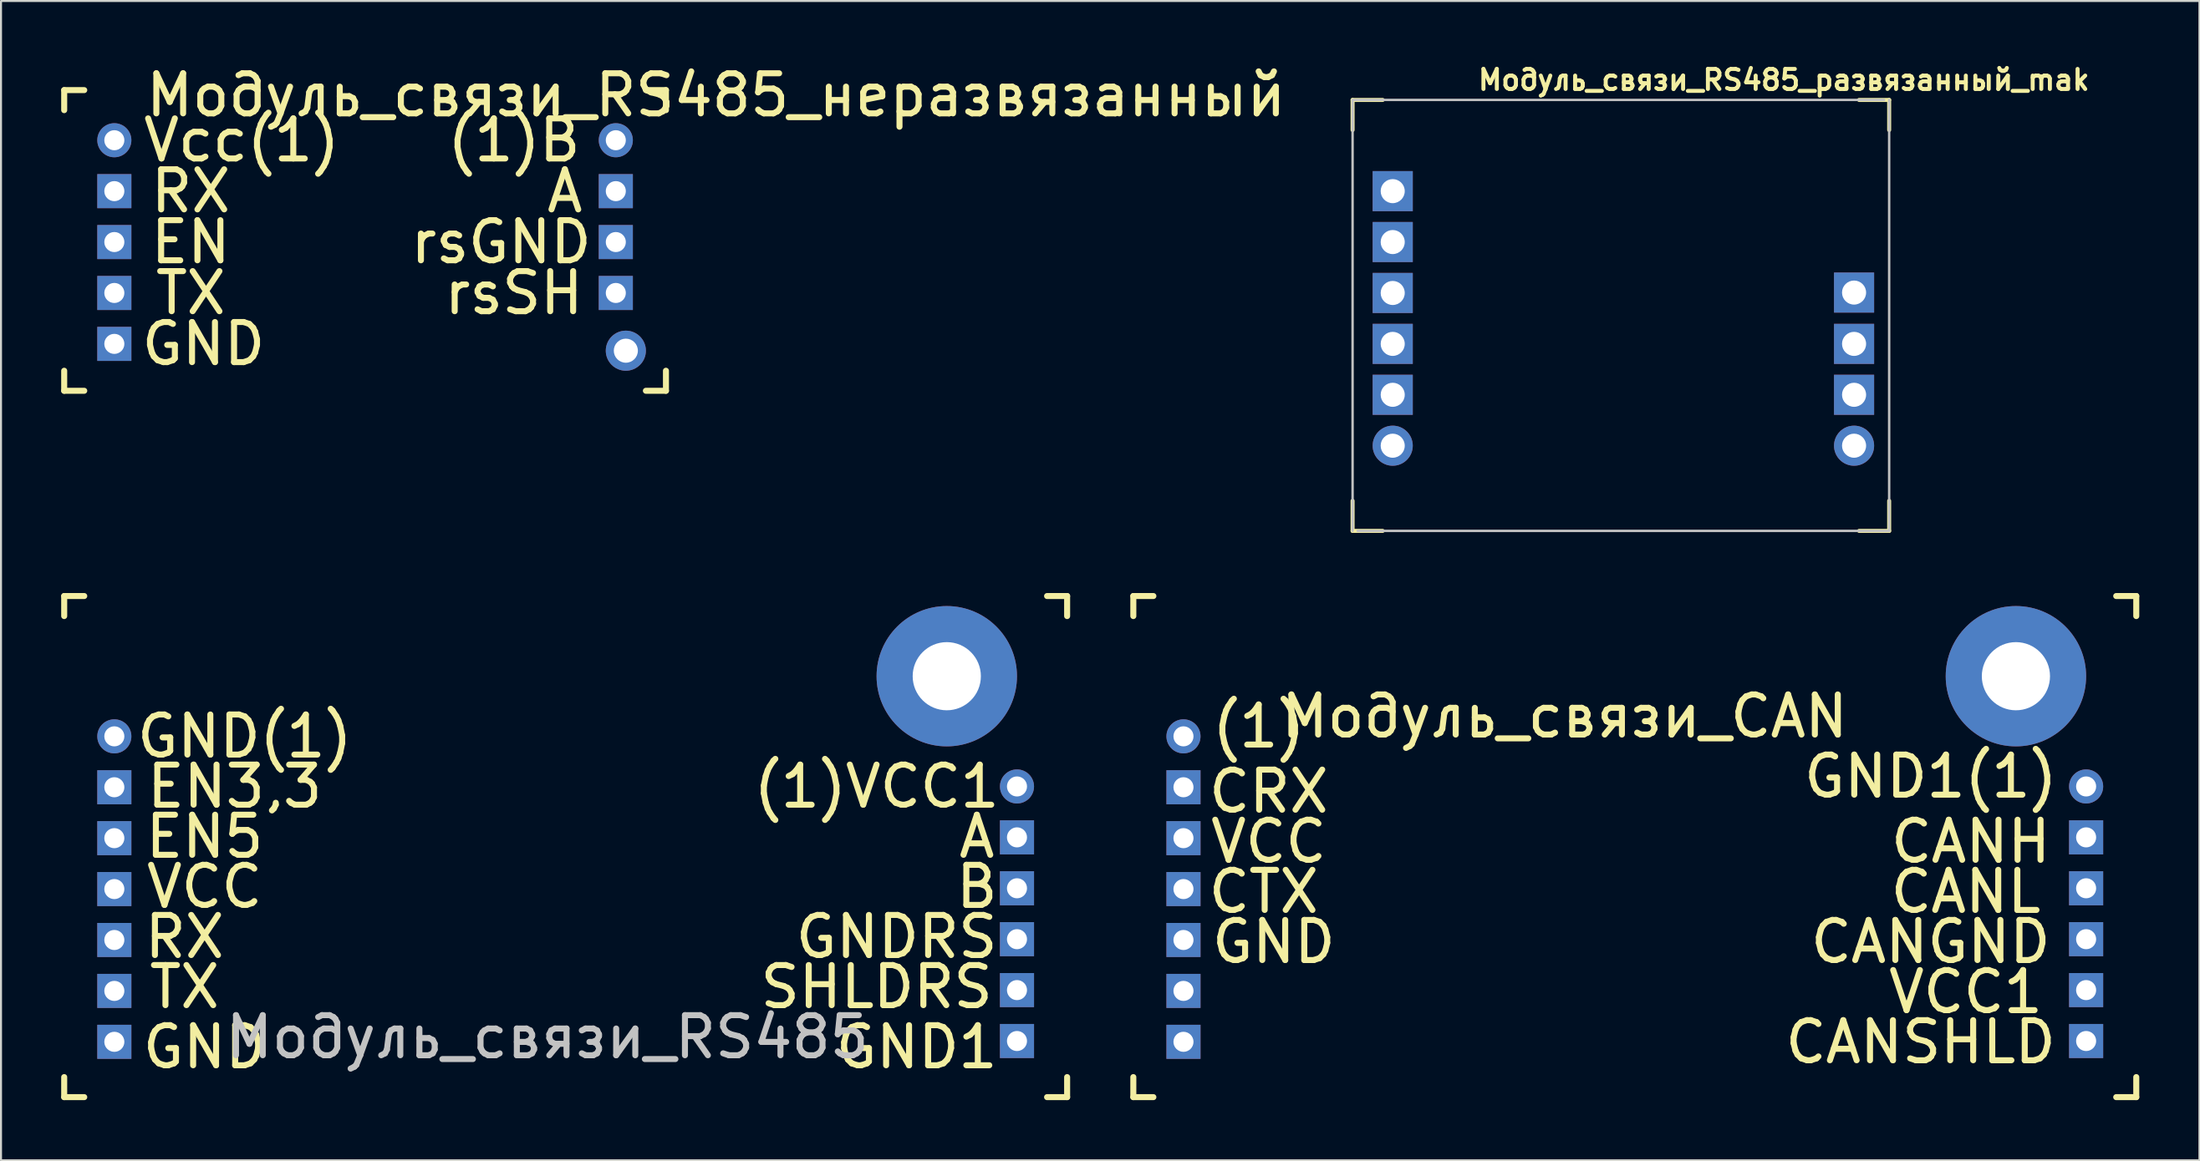
<source format=kicad_pcb>
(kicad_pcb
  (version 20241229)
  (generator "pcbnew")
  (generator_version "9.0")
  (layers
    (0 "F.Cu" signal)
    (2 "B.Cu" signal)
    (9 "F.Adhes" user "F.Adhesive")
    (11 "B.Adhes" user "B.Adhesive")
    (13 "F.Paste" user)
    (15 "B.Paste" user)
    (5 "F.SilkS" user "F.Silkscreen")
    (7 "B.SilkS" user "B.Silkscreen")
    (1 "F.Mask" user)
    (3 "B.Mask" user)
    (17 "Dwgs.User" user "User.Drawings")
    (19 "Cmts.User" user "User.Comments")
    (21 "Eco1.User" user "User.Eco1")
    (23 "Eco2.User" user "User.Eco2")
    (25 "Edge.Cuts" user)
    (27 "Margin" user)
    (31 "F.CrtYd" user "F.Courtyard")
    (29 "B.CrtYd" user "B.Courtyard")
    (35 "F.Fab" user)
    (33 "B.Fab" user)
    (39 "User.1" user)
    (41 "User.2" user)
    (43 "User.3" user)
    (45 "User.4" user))
  (footprint "Модуль_связи_RS485"
    (layer "F.Cu")
    (at 2.65 33.686)
    (property "Reference" "Модуль_связи_RS485" (at 21.59 15 0) (layer "Dwgs.User") (effects (font (size 2 2) (thickness 0.3))))
    (attr through_hole)
    (fp_line (start -2.5 -7) (end -2.5 -6) (stroke (width 0.3) (type solid)) (layer "F.SilkS"))
    (fp_line (start -2.5 -7) (end -1.5 -7) (stroke (width 0.3) (type solid)) (layer "F.SilkS"))
    (fp_line (start -2.5 18) (end -2.5 17) (stroke (width 0.3) (type solid)) (layer "F.SilkS"))
    (fp_line (start -2.5 18) (end -1.5 18) (stroke (width 0.3) (type solid)) (layer "F.SilkS"))
    (fp_line (start 47.5 -7) (end 46.5 -7) (stroke (width 0.3) (type solid)) (layer "F.SilkS"))
    (fp_line (start 47.5 -7) (end 47.5 -6) (stroke (width 0.3) (type solid)) (layer "F.SilkS"))
    (fp_line (start 47.5 18) (end 46.5 18) (stroke (width 0.3) (type solid)) (layer "F.SilkS"))
    (fp_line (start 47.5 18) (end 47.5 17) (stroke (width 0.3) (type solid)) (layer "F.SilkS"))
    (fp_text user "SHLDRS" (at 38 12.5 0) (layer "F.SilkS") (effects (font (size 2 2) (thickness 0.3))))
    (fp_text user "EN5" (at 4.5 5 0) (layer "F.SilkS") (effects (font (size 2 2) (thickness 0.3))))
    (fp_text user "GND1" (at 40 15.5 0) (layer "F.SilkS") (effects (font (size 2 2) (thickness 0.3))))
    (fp_text user "VCC" (at 4.5 7.5 0) (layer "F.SilkS") (effects (font (size 2 2) (thickness 0.3))))
    (fp_text user "EN3,3" (at 6 2.5 0) (layer "F.SilkS") (effects (font (size 2 2) (thickness 0.3))))
    (fp_text user "B" (at 43 7.5 0) (layer "F.SilkS") (effects (font (size 2 2) (thickness 0.3))))
    (fp_text user "TX" (at 3.5 12.5 0) (layer "F.SilkS") (effects (font (size 2 2) (thickness 0.3))))
    (fp_text user "GND" (at 4.5 15.5 0) (layer "F.SilkS") (effects (font (size 2 2) (thickness 0.3))))
    (fp_text user "A" (at 43 5 0) (layer "F.SilkS") (effects (font (size 2 2) (thickness 0.3))))
    (fp_text user "GNDRS" (at 39 10 0) (layer "F.SilkS") (effects (font (size 2 2) (thickness 0.3))))
    (fp_text user "RX" (at 3.5 10 0) (layer "F.SilkS") (effects (font (size 2 2) (thickness 0.3))))
    (fp_text user "(1)VCC1" (at 38 2.5 0) (layer "F.SilkS") (effects (font (size 2 2) (thickness 0.3))))
    (fp_text user "GND(1)" (at 6.5 0 0) (layer "F.SilkS") (effects (font (size 2 2) (thickness 0.3))))
    (pad "" thru_hole circle (at 41.5 -3) (size 7 7) (drill 3.4) (layers "*.Cu" "*.Mask"))
    (pad "1" thru_hole rect (at 0 15.24) (size 1.7 1.7) (drill 1) (layers "*.Cu" "*.Mask"))
    (pad "2" thru_hole rect (at 0 12.7) (size 1.7 1.7) (drill 1) (layers "*.Cu" "*.Mask"))
    (pad "3" thru_hole rect (at 0 10.16) (size 1.7 1.7) (drill 1) (layers "*.Cu" "*.Mask"))
    (pad "4" thru_hole rect (at 0 7.62) (size 1.7 1.7) (drill 1) (layers "*.Cu" "*.Mask"))
    (pad "5" thru_hole rect (at 0 5.08) (size 1.7 1.7) (drill 1) (layers "*.Cu" "*.Mask"))
    (pad "6" thru_hole rect (at 0 2.54) (size 1.7 1.7) (drill 1) (layers "*.Cu" "*.Mask"))
    (pad "7" thru_hole circle (at 0 0) (size 1.7 1.7) (drill 1) (layers "*.Cu" "*.Mask"))
    (pad "8" thru_hole rect (at 45 15.2) (size 1.7 1.7) (drill 1) (layers "*.Cu" "*.Mask"))
    (pad "9" thru_hole rect (at 45 12.66) (size 1.7 1.7) (drill 1) (layers "*.Cu" "*.Mask"))
    (pad "10" thru_hole rect (at 45 10.12) (size 1.7 1.7) (drill 1) (layers "*.Cu" "*.Mask"))
    (pad "11" thru_hole rect (at 45 7.58) (size 1.7 1.7) (drill 1) (layers "*.Cu" "*.Mask"))
    (pad "12" thru_hole rect (at 45 5.04) (size 1.7 1.7) (drill 1) (layers "*.Cu" "*.Mask"))
    (pad "13" thru_hole circle (at 45 2.5) (size 1.7 1.7) (drill 1) (layers "*.Cu" "*.Mask")))
  (footprint "Модуль_связи_СAN"
    (layer "F.Cu")
    (at 55.95 33.686)
    (property "Reference" "Модуль_связи_СAN" (at 19 -1 0) (layer "F.SilkS") (effects (font (size 2 2) (thickness 0.3))))
    (attr through_hole)
    (fp_line (start -2.5 -7) (end -2.5 -6) (stroke (width 0.3) (type solid)) (layer "F.SilkS"))
    (fp_line (start -2.5 -7) (end -1.5 -7) (stroke (width 0.3) (type solid)) (layer "F.SilkS"))
    (fp_line (start -2.5 18) (end -2.5 17) (stroke (width 0.3) (type solid)) (layer "F.SilkS"))
    (fp_line (start -2.5 18) (end -1.5 18) (stroke (width 0.3) (type solid)) (layer "F.SilkS"))
    (fp_line (start 47.5 -7) (end 46.5 -7) (stroke (width 0.3) (type solid)) (layer "F.SilkS"))
    (fp_line (start 47.5 -7) (end 47.5 -6) (stroke (width 0.3) (type solid)) (layer "F.SilkS"))
    (fp_line (start 47.5 18) (end 46.5 18) (stroke (width 0.3) (type solid)) (layer "F.SilkS"))
    (fp_line (start 47.5 18) (end 47.5 17) (stroke (width 0.3) (type solid)) (layer "F.SilkS"))
    (fp_text user "GND1(1)" (at 37.25 2 0) (layer "F.SilkS") (effects (font (size 2 2) (thickness 0.3))))
    (fp_text user "CANSHLD" (at 36.75 15.25 0) (layer "F.SilkS") (effects (font (size 2 2) (thickness 0.3))))
    (fp_text user "VCC1" (at 39 12.75 0) (layer "F.SilkS") (effects (font (size 2 2) (thickness 0.3))))
    (fp_text user "VCC" (at 4.25 5.25 0) (layer "F.SilkS") (effects (font (size 2 2) (thickness 0.3))))
    (fp_text user "(1)" (at 3.75 -0.5 0) (layer "F.SilkS") (effects (font (size 2 2) (thickness 0.3))))
    (fp_text user "CTX" (at 4 7.75 0) (layer "F.SilkS") (effects (font (size 2 2) (thickness 0.3))))
    (fp_text user "CANGND" (at 37.25 10.25 0) (layer "F.SilkS") (effects (font (size 2 2) (thickness 0.3))))
    (fp_text user "CRX" (at 4.25 2.75 0) (layer "F.SilkS") (effects (font (size 2 2) (thickness 0.3))))
    (fp_text user "CANL" (at 39 7.75 0) (layer "F.SilkS") (effects (font (size 2 2) (thickness 0.3))))
    (fp_text user "CANH" (at 39.25 5.25 0) (layer "F.SilkS") (effects (font (size 2 2) (thickness 0.3))))
    (fp_text user "GND" (at 4.5 10.25 0) (layer "F.SilkS") (effects (font (size 2 2) (thickness 0.3))))
    (pad "" thru_hole circle (at 41.5 -3) (size 7 7) (drill 3.4) (layers "*.Cu" "*.Mask"))
    (pad "1" thru_hole rect (at 0 15.24) (size 1.7 1.7) (drill 1) (layers "*.Cu" "*.Mask"))
    (pad "2" thru_hole rect (at 0 12.7) (size 1.7 1.7) (drill 1) (layers "*.Cu" "*.Mask"))
    (pad "3" thru_hole rect (at 0 10.16) (size 1.7 1.7) (drill 1) (layers "*.Cu" "*.Mask"))
    (pad "4" thru_hole rect (at 0 7.62) (size 1.7 1.7) (drill 1) (layers "*.Cu" "*.Mask"))
    (pad "5" thru_hole rect (at 0 5.08) (size 1.7 1.7) (drill 1) (layers "*.Cu" "*.Mask"))
    (pad "6" thru_hole rect (at 0 2.54) (size 1.7 1.7) (drill 1) (layers "*.Cu" "*.Mask"))
    (pad "7" thru_hole circle (at 0 0) (size 1.7 1.7) (drill 1) (layers "*.Cu" "*.Mask"))
    (pad "8" thru_hole rect (at 45 15.2) (size 1.7 1.7) (drill 1) (layers "*.Cu" "*.Mask"))
    (pad "9" thru_hole rect (at 45 12.66) (size 1.7 1.7) (drill 1) (layers "*.Cu" "*.Mask"))
    (pad "10" thru_hole rect (at 45 10.12) (size 1.7 1.7) (drill 1) (layers "*.Cu" "*.Mask"))
    (pad "11" thru_hole rect (at 45 7.58) (size 1.7 1.7) (drill 1) (layers "*.Cu" "*.Mask"))
    (pad "12" thru_hole rect (at 45 5.04) (size 1.7 1.7) (drill 1) (layers "*.Cu" "*.Mask"))
    (pad "13" thru_hole circle (at 45 2.5) (size 1.7 1.7) (drill 1) (layers "*.Cu" "*.Mask")))
  (footprint "Модуль_связи_RS485_неразвязанный"
    (layer "F.Cu")
    (at 2.65 3.946)
    (property "Reference" "Модуль_связи_RS485_неразвязанный" (at 30 -2.25 0) (layer "F.SilkS") (effects (font (size 2 2) (thickness 0.3))))
    (attr through_hole)
    (fp_line (start -2.5 -2.5) (end -2.5 -1.5) (stroke (width 0.3) (type solid)) (layer "F.SilkS"))
    (fp_line (start -2.5 -2.5) (end -1.5 -2.5) (stroke (width 0.3) (type solid)) (layer "F.SilkS"))
    (fp_line (start -2.5 12.5) (end -2.5 11.5) (stroke (width 0.3) (type solid)) (layer "F.SilkS"))
    (fp_line (start -2.5 12.5) (end -1.5 12.5) (stroke (width 0.3) (type solid)) (layer "F.SilkS"))
    (fp_line (start 27.5 -2.5) (end 26.5 -2.5) (stroke (width 0.3) (type solid)) (layer "F.SilkS"))
    (fp_line (start 27.5 -2.5) (end 27.5 -1.5) (stroke (width 0.3) (type solid)) (layer "F.SilkS"))
    (fp_line (start 27.5 12.5) (end 26.5 12.5) (stroke (width 0.3) (type solid)) (layer "F.SilkS"))
    (fp_line (start 27.5 12.5) (end 27.5 11.5) (stroke (width 0.3) (type solid)) (layer "F.SilkS"))
    (fp_text user "rsSH" (at 19.92 7.62 0) (layer "F.SilkS") (effects (font (size 2 2) (thickness 0.3))))
    (fp_text user "rsGND" (at 19.285 5.08 0) (layer "F.SilkS") (effects (font (size 2 2) (thickness 0.3))))
    (fp_text user "A" (at 22.46 2.54 0) (layer "F.SilkS") (effects (font (size 2 2) (thickness 0.3))))
    (fp_text user "EN" (at 3.81 5.08 0) (layer "F.SilkS") (effects (font (size 2 2) (thickness 0.3))))
    (fp_text user "Vcc(1)" (at 6.35 0 0) (layer "F.SilkS") (effects (font (size 2 2) (thickness 0.3))))
    (fp_text user "TX" (at 3.81 7.62 0) (layer "F.SilkS") (effects (font (size 2 2) (thickness 0.3))))
    (fp_text user "RX" (at 3.81 2.54 0) (layer "F.SilkS") (effects (font (size 2 2) (thickness 0.3))))
    (fp_text user "(1)B" (at 19.92 0 0) (layer "F.SilkS") (effects (font (size 2 2) (thickness 0.3))))
    (fp_text user "GND" (at 4.445 10.16 0) (layer "F.SilkS") (effects (font (size 2 2) (thickness 0.3))))
    (pad "" thru_hole circle (at 25.5 10.5) (size 2 2) (drill 1.2) (layers "*.Cu" "*.Mask"))
    (pad "1" thru_hole circle (at 0 0) (size 1.7 1.7) (drill 1) (layers "*.Cu" "*.Mask"))
    (pad "2" thru_hole rect (at 0 2.54) (size 1.7 1.7) (drill 1) (layers "*.Cu" "*.Mask"))
    (pad "3" thru_hole rect (at 0 5.08) (size 1.7 1.7) (drill 1) (layers "*.Cu" "*.Mask"))
    (pad "4" thru_hole rect (at 0 7.62) (size 1.7 1.7) (drill 1) (layers "*.Cu" "*.Mask"))
    (pad "5" thru_hole rect (at 0 10.16) (size 1.7 1.7) (drill 1) (layers "*.Cu" "*.Mask"))
    (pad "6" thru_hole circle (at 25 0) (size 1.7 1.7) (drill 1) (layers "*.Cu" "*.Mask"))
    (pad "7" thru_hole rect (at 25 2.54) (size 1.7 1.7) (drill 1) (layers "*.Cu" "*.Mask"))
    (pad "8" thru_hole rect (at 25 5.08) (size 1.7 1.7) (drill 1) (layers "*.Cu" "*.Mask"))
    (pad "9" thru_hole rect (at 25 7.62) (size 1.7 1.7) (drill 1) (layers "*.Cu" "*.Mask")))
  (footprint "Модуль_связи_RS485_развязанный_mak"
    (layer "F.Cu")
    (at 66.381 19.186)
    (property "Reference" "Модуль_связи_RS485_развязанный_mak" (at 19.5 -18.25 0) (layer "F.SilkS") (effects (font (size 1 1) (thickness 0.2))))
    (attr through_hole)
    (fp_line (start -2 -17.25) (end -2 -15.75) (stroke (width 0.2) (type solid)) (layer "F.SilkS"))
    (fp_line (start -2 4.25) (end -2 2.75) (stroke (width 0.2) (type solid)) (layer "F.SilkS"))
    (fp_line (start -2 4.25) (end -0.5 4.25) (stroke (width 0.2) (type solid)) (layer "F.SilkS"))
    (fp_line (start -0.5 -17.25) (end -2 -17.25) (stroke (width 0.2) (type solid)) (layer "F.SilkS"))
    (fp_line (start 23.25 4.25) (end 24.75 4.25) (stroke (width 0.2) (type solid)) (layer "F.SilkS"))
    (fp_line (start 24.75 -17.25) (end 23.25 -17.25) (stroke (width 0.2) (type solid)) (layer "F.SilkS"))
    (fp_line (start 24.75 -15.75) (end 24.75 -17.25) (stroke (width 0.2) (type solid)) (layer "F.SilkS"))
    (fp_line (start 24.75 4.25) (end 24.75 2.75) (stroke (width 0.2) (type solid)) (layer "F.SilkS"))
    (fp_line (start -2 -17.25) (end -2 4.25) (stroke (width 0.12) (type solid)) (layer "Dwgs.User"))
    (fp_line (start -1.75 4.25) (end 24.75 4.25) (stroke (width 0.12) (type solid)) (layer "Dwgs.User"))
    (fp_line (start 24.5 -17.25) (end -2 -17.25) (stroke (width 0.12) (type solid)) (layer "Dwgs.User"))
    (fp_line (start 24.75 4.25) (end 24.75 -17.25) (stroke (width 0.12) (type solid)) (layer "Dwgs.User"))
    (pad "1" thru_hole circle (at 0 0) (size 2 2) (drill 1.2) (layers "*.Cu" "*.Mask"))
    (pad "2" thru_hole rect (at 0 -2.54) (size 2 2) (drill 1.2) (layers "*.Cu" "*.Mask"))
    (pad "3" thru_hole rect (at 0 -5.08) (size 2 2) (drill 1.2) (layers "*.Cu" "*.Mask"))
    (pad "4" thru_hole rect (at 0 -7.62) (size 2 2) (drill 1.2) (layers "*.Cu" "*.Mask"))
    (pad "5" thru_hole rect (at 0 -10.16) (size 2 2) (drill 1.2) (layers "*.Cu" "*.Mask"))
    (pad "6" thru_hole rect (at 0 -12.7) (size 2 2) (drill 1.2) (layers "*.Cu" "*.Mask"))
    (pad "7" thru_hole circle (at 23 0) (size 2 2) (drill 1.2) (layers "*.Cu" "*.Mask"))
    (pad "8" thru_hole rect (at 23 -2.54) (size 2 2) (drill 1.2) (layers "*.Cu" "*.Mask"))
    (pad "9" thru_hole rect (at 23 -5.08) (size 2 2) (drill 1.2) (layers "*.Cu" "*.Mask"))
    (pad "10" thru_hole rect (at 23 -7.64) (size 2 2) (drill 1.2) (layers "*.Cu" "*.Mask")))
  (gr_rect
    (start -3 -3)
    (end 106.6 54.836)
    (stroke (width 0.1) (type default))
    (fill no)
    (layer "Edge.Cuts")))
</source>
